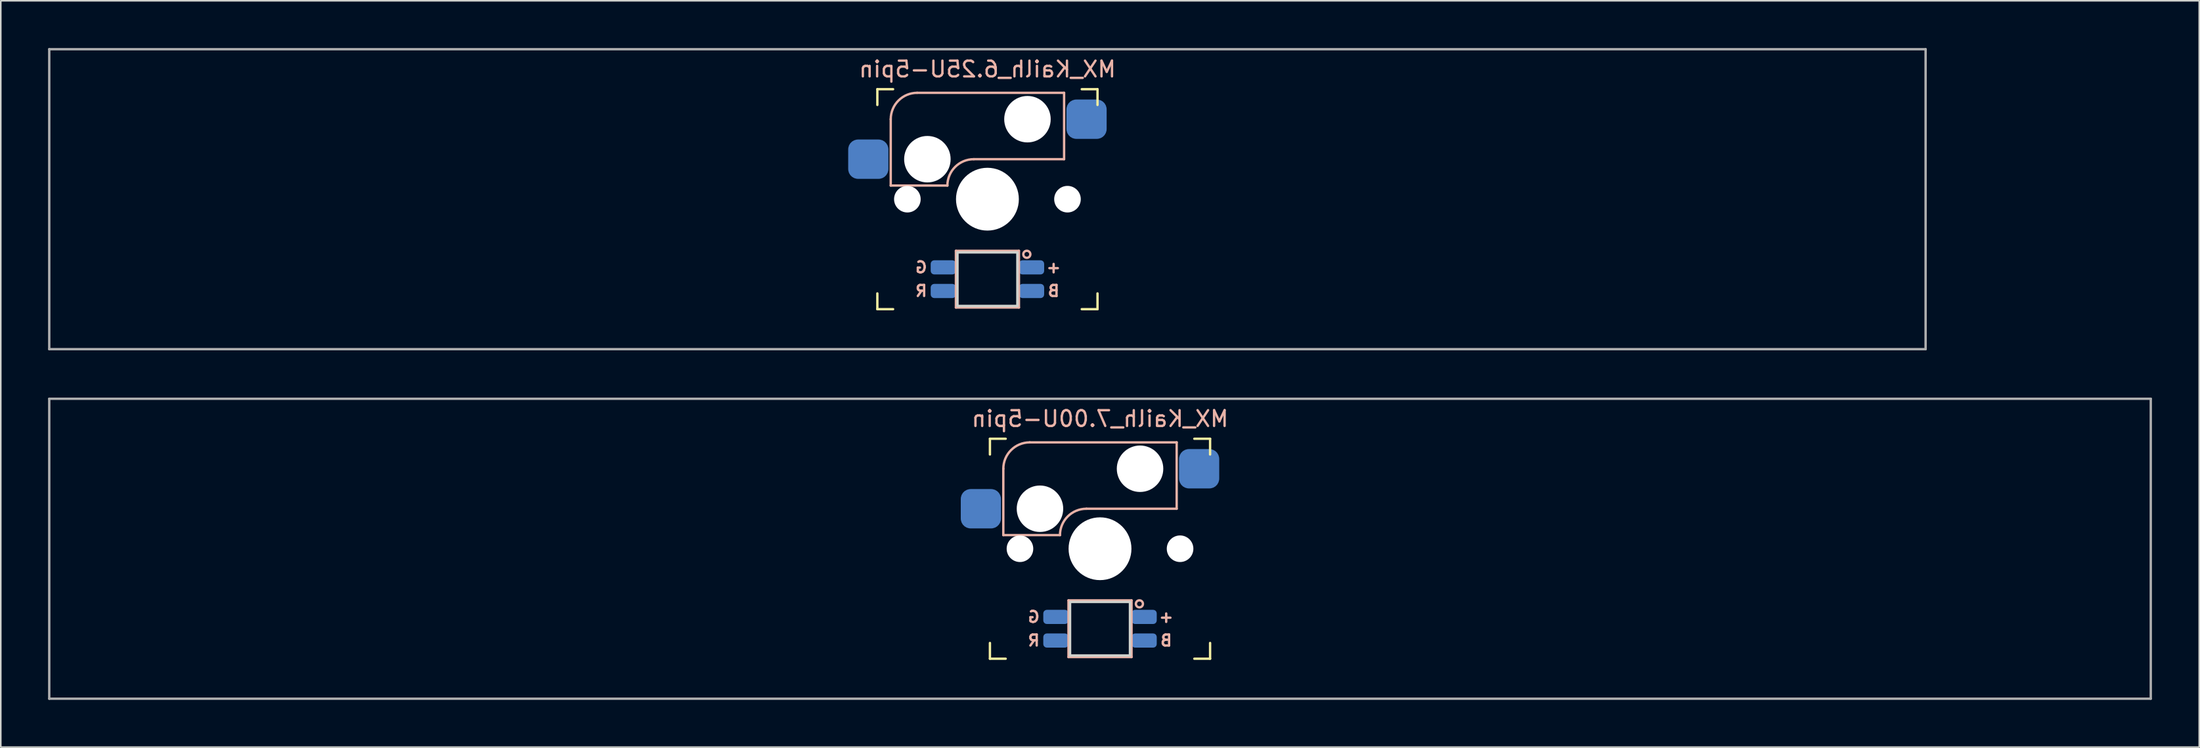
<source format=kicad_pcb>
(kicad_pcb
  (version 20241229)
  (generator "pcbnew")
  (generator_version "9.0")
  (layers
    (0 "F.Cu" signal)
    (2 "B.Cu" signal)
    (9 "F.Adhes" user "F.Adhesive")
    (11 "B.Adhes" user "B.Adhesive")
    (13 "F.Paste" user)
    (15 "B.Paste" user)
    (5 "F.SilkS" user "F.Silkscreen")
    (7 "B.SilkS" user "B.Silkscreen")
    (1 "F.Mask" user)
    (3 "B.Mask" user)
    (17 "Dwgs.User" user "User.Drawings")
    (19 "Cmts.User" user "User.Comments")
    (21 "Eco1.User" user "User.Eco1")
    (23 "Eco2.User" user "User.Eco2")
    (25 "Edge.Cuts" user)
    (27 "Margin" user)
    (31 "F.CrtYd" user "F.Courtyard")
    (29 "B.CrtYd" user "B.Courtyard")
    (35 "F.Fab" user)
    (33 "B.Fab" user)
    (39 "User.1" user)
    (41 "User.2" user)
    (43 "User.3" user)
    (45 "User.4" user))
  (footprint "MX_Kailh_7.00U-5pin"
    (layer "F.Cu")
    (at 66.75 31.8)
    (property "Reference" "MX_Kailh_7.00U-5pin" (at 0 -8.255 0) (layer "B.SilkS") (effects (font (size 1 1) (thickness 0.15)) (justify mirror)))
    (attr smd)
    (fp_line (start -6.985 -5.985) (end -6.985 -6.985) (stroke (width 0.15) (type solid)) (layer "F.SilkS"))
    (fp_line (start -6.985 6.985) (end -6.985 5.985) (stroke (width 0.15) (type solid)) (layer "F.SilkS"))
    (fp_line (start -6.985 6.985) (end -5.985 6.985) (stroke (width 0.15) (type solid)) (layer "F.SilkS"))
    (fp_line (start -5.985 -6.985) (end -6.985 -6.985) (stroke (width 0.15) (type solid)) (layer "F.SilkS"))
    (fp_line (start 5.985 6.985) (end 6.985 6.985) (stroke (width 0.15) (type solid)) (layer "F.SilkS"))
    (fp_line (start 6.985 -6.985) (end 5.985 -6.985) (stroke (width 0.15) (type solid)) (layer "F.SilkS"))
    (fp_line (start 6.985 -6.985) (end 6.985 -5.985) (stroke (width 0.15) (type solid)) (layer "F.SilkS"))
    (fp_line (start 6.985 5.985) (end 6.985 6.985) (stroke (width 0.15) (type solid)) (layer "F.SilkS"))
    (fp_line (start -6.135 -5.08) (end -6.135 -0.865) (stroke (width 0.15) (type solid)) (layer "B.SilkS"))
    (fp_line (start -6.135 -0.865) (end -2.54 -0.865) (stroke (width 0.15) (type solid)) (layer "B.SilkS"))
    (fp_line (start -4.46 -6.755) (end 4.865 -6.755) (stroke (width 0.15) (type solid)) (layer "B.SilkS"))
    (fp_line (start -2 3.28) (end -2 6.88) (stroke (width 0.15) (type solid)) (layer "B.SilkS"))
    (fp_line (start -2 6.88) (end 2 6.88) (stroke (width 0.15) (type solid)) (layer "B.SilkS"))
    (fp_line (start -0.865 -2.54) (end 4.865 -2.54) (stroke (width 0.15) (type solid)) (layer "B.SilkS"))
    (fp_line (start 2 3.28) (end -2 3.28) (stroke (width 0.15) (type solid)) (layer "B.SilkS"))
    (fp_line (start 2 6.88) (end 2 3.28) (stroke (width 0.15) (type solid)) (layer "B.SilkS"))
    (fp_line (start 4.865 -6.755) (end 4.865 -2.54) (stroke (width 0.15) (type solid)) (layer "B.SilkS"))
    (fp_arc (start -6.135 -5.08) (mid -5.644404 -6.264404) (end -4.46 -6.755) (stroke (width 0.15) (type solid)) (layer "B.SilkS"))
    (fp_arc (start -2.54 -0.865) (mid -2.049404 -2.049404) (end -0.865 -2.54) (stroke (width 0.15) (type solid)) (layer "B.SilkS"))
    (fp_circle (center 2.5 3.5) (end 2.724 3.5) (stroke (width 0.15) (type solid)) (fill no) (layer "B.SilkS"))
    (fp_line (start -6.985 6.985) (end -6.985 -6.985) (stroke (width 0.15) (type solid)) (layer "Eco2.User"))
    (fp_line (start -6.985 6.985) (end 6.985 6.985) (stroke (width 0.15) (type solid)) (layer "Eco2.User"))
    (fp_line (start 6.985 -6.985) (end -6.985 -6.985) (stroke (width 0.15) (type solid)) (layer "Eco2.User"))
    (fp_line (start 6.985 -6.985) (end 6.985 6.985) (stroke (width 0.15) (type solid)) (layer "Eco2.User"))
    (fp_line (start -1.9 3.38) (end -1.9 6.78) (stroke (width 0.15) (type solid)) (layer "Edge.Cuts"))
    (fp_line (start -1.9 3.38) (end 1.9 3.38) (stroke (width 0.15) (type solid)) (layer "Edge.Cuts"))
    (fp_line (start -1.9 6.78) (end 1.9 6.78) (stroke (width 0.15) (type solid)) (layer "Edge.Cuts"))
    (fp_line (start 1.9 3.38) (end 1.9 6.78) (stroke (width 0.15) (type solid)) (layer "Edge.Cuts"))
    (fp_line (start -66.675 -9.525) (end 66.675 -9.525) (stroke (width 0.15) (type solid)) (layer "F.Fab"))
    (fp_line (start -66.675 9.525) (end -66.675 -9.525) (stroke (width 0.15) (type solid)) (layer "F.Fab"))
    (fp_line (start 66.675 -9.525) (end 66.675 9.525) (stroke (width 0.15) (type solid)) (layer "F.Fab"))
    (fp_line (start 66.675 9.525) (end -66.675 9.525) (stroke (width 0.15) (type solid)) (layer "F.Fab"))
    (fp_text user "R" (at -4.2 5.83 0) (layer "B.SilkS") (effects (font (size 0.7 0.7) (thickness 0.15)) (justify mirror)))
    (fp_text user "B" (at 4.2 5.83 0) (layer "B.SilkS") (effects (font (size 0.7 0.7) (thickness 0.15)) (justify mirror)))
    (fp_text user "G" (at -4.2 4.33 0) (layer "B.SilkS") (effects (font (size 0.7 0.7) (thickness 0.15)) (justify mirror)))
    (fp_text user "+" (at 4.2 4.33 0) (layer "B.SilkS") (effects (font (size 0.7 0.7) (thickness 0.15)) (justify mirror)))
    (pad "" np_thru_hole circle (at -5.08 0) (size 1.688 1.688) (drill 1.688) (layers "*.Cu" "*.Mask"))
    (pad "" np_thru_hole circle (at -3.81 -2.54) (size 2.95 2.95) (drill 2.95) (layers "*.Cu" "*.Mask"))
    (pad "" np_thru_hole circle (at 0 0) (size 3.988 3.988) (drill 3.988) (layers "*.Cu" "*.Mask"))
    (pad "" np_thru_hole circle (at 2.54 -5.08) (size 2.95 2.95) (drill 2.95) (layers "*.Cu" "*.Mask"))
    (pad "" np_thru_hole circle (at 5.08 0) (size 1.688 1.688) (drill 1.688) (layers "*.Cu" "*.Mask"))
    (pad "1" smd roundrect (at 6.29 -5.08) (size 2.55 2.5) (layers "B.Cu" "B.Mask" "B.Paste") (roundrect_rratio 0.25))
    (pad "2" smd roundrect (at -7.56 -2.54) (size 2.55 2.5) (layers "B.Cu" "B.Mask" "B.Paste") (roundrect_rratio 0.25))
    (pad "3" smd roundrect (at 2.8 4.33) (size 1.6 0.9) (layers "B.Cu" "B.Mask" "B.Paste") (roundrect_rratio 0.25))
    (pad "4" smd roundrect (at -2.8 5.83) (size 1.6 0.9) (layers "B.Cu" "B.Mask" "B.Paste") (roundrect_rratio 0.25))
    (pad "5" smd roundrect (at -2.8 4.33) (size 1.6 0.9) (layers "B.Cu" "B.Mask" "B.Paste") (roundrect_rratio 0.25))
    (pad "6" smd roundrect (at 2.8 5.83) (size 1.6 0.9) (layers "B.Cu" "B.Mask" "B.Paste") (roundrect_rratio 0.25)))
  (footprint "MX_Kailh_6.25U-5pin"
    (layer "F.Cu")
    (at 59.606 9.6)
    (property "Reference" "MX_Kailh_6.25U-5pin" (at 0 -8.255 0) (layer "B.SilkS") (effects (font (size 1 1) (thickness 0.15)) (justify mirror)))
    (attr smd)
    (fp_line (start -6.985 -5.985) (end -6.985 -6.985) (stroke (width 0.15) (type solid)) (layer "F.SilkS"))
    (fp_line (start -6.985 6.985) (end -6.985 5.985) (stroke (width 0.15) (type solid)) (layer "F.SilkS"))
    (fp_line (start -6.985 6.985) (end -5.985 6.985) (stroke (width 0.15) (type solid)) (layer "F.SilkS"))
    (fp_line (start -5.985 -6.985) (end -6.985 -6.985) (stroke (width 0.15) (type solid)) (layer "F.SilkS"))
    (fp_line (start 5.985 6.985) (end 6.985 6.985) (stroke (width 0.15) (type solid)) (layer "F.SilkS"))
    (fp_line (start 6.985 -6.985) (end 5.985 -6.985) (stroke (width 0.15) (type solid)) (layer "F.SilkS"))
    (fp_line (start 6.985 -6.985) (end 6.985 -5.985) (stroke (width 0.15) (type solid)) (layer "F.SilkS"))
    (fp_line (start 6.985 5.985) (end 6.985 6.985) (stroke (width 0.15) (type solid)) (layer "F.SilkS"))
    (fp_line (start -6.135 -5.08) (end -6.135 -0.865) (stroke (width 0.15) (type solid)) (layer "B.SilkS"))
    (fp_line (start -6.135 -0.865) (end -2.54 -0.865) (stroke (width 0.15) (type solid)) (layer "B.SilkS"))
    (fp_line (start -4.46 -6.755) (end 4.865 -6.755) (stroke (width 0.15) (type solid)) (layer "B.SilkS"))
    (fp_line (start -2 3.28) (end -2 6.88) (stroke (width 0.15) (type solid)) (layer "B.SilkS"))
    (fp_line (start -2 6.88) (end 2 6.88) (stroke (width 0.15) (type solid)) (layer "B.SilkS"))
    (fp_line (start -0.865 -2.54) (end 4.865 -2.54) (stroke (width 0.15) (type solid)) (layer "B.SilkS"))
    (fp_line (start 2 3.28) (end -2 3.28) (stroke (width 0.15) (type solid)) (layer "B.SilkS"))
    (fp_line (start 2 6.88) (end 2 3.28) (stroke (width 0.15) (type solid)) (layer "B.SilkS"))
    (fp_line (start 4.865 -6.755) (end 4.865 -2.54) (stroke (width 0.15) (type solid)) (layer "B.SilkS"))
    (fp_arc (start -6.135 -5.08) (mid -5.644404 -6.264404) (end -4.46 -6.755) (stroke (width 0.15) (type solid)) (layer "B.SilkS"))
    (fp_arc (start -2.54 -0.865) (mid -2.049404 -2.049404) (end -0.865 -2.54) (stroke (width 0.15) (type solid)) (layer "B.SilkS"))
    (fp_circle (center 2.5 3.5) (end 2.724 3.5) (stroke (width 0.15) (type solid)) (fill no) (layer "B.SilkS"))
    (fp_line (start -6.985 6.985) (end -6.985 -6.985) (stroke (width 0.15) (type solid)) (layer "Eco2.User"))
    (fp_line (start -6.985 6.985) (end 6.985 6.985) (stroke (width 0.15) (type solid)) (layer "Eco2.User"))
    (fp_line (start 6.985 -6.985) (end -6.985 -6.985) (stroke (width 0.15) (type solid)) (layer "Eco2.User"))
    (fp_line (start 6.985 -6.985) (end 6.985 6.985) (stroke (width 0.15) (type solid)) (layer "Eco2.User"))
    (fp_line (start -1.9 3.38) (end -1.9 6.78) (stroke (width 0.15) (type solid)) (layer "Edge.Cuts"))
    (fp_line (start -1.9 3.38) (end 1.9 3.38) (stroke (width 0.15) (type solid)) (layer "Edge.Cuts"))
    (fp_line (start -1.9 6.78) (end 1.9 6.78) (stroke (width 0.15) (type solid)) (layer "Edge.Cuts"))
    (fp_line (start 1.9 3.38) (end 1.9 6.78) (stroke (width 0.15) (type solid)) (layer "Edge.Cuts"))
    (fp_line (start -59.531 -9.525) (end 59.531 -9.525) (stroke (width 0.15) (type solid)) (layer "F.Fab"))
    (fp_line (start -59.531 9.525) (end -59.531 -9.525) (stroke (width 0.15) (type solid)) (layer "F.Fab"))
    (fp_line (start 59.531 -9.525) (end 59.531 9.525) (stroke (width 0.15) (type solid)) (layer "F.Fab"))
    (fp_line (start 59.531 9.525) (end -59.531 9.525) (stroke (width 0.15) (type solid)) (layer "F.Fab"))
    (fp_text user "R" (at -4.2 5.83 0) (layer "B.SilkS") (effects (font (size 0.7 0.7) (thickness 0.15)) (justify mirror)))
    (fp_text user "G" (at -4.2 4.33 0) (layer "B.SilkS") (effects (font (size 0.7 0.7) (thickness 0.15)) (justify mirror)))
    (fp_text user "+" (at 4.2 4.33 0) (layer "B.SilkS") (effects (font (size 0.7 0.7) (thickness 0.15)) (justify mirror)))
    (fp_text user "B" (at 4.2 5.83 0) (layer "B.SilkS") (effects (font (size 0.7 0.7) (thickness 0.15)) (justify mirror)))
    (pad "" np_thru_hole circle (at -5.08 0) (size 1.688 1.688) (drill 1.688) (layers "*.Cu" "*.Mask"))
    (pad "" np_thru_hole circle (at -3.81 -2.54) (size 2.95 2.95) (drill 2.95) (layers "*.Cu" "*.Mask"))
    (pad "" np_thru_hole circle (at 0 0) (size 3.988 3.988) (drill 3.988) (layers "*.Cu" "*.Mask"))
    (pad "" np_thru_hole circle (at 2.54 -5.08) (size 2.95 2.95) (drill 2.95) (layers "*.Cu" "*.Mask"))
    (pad "" np_thru_hole circle (at 5.08 0) (size 1.688 1.688) (drill 1.688) (layers "*.Cu" "*.Mask"))
    (pad "1" smd roundrect (at 6.29 -5.08) (size 2.55 2.5) (layers "B.Cu" "B.Mask" "B.Paste") (roundrect_rratio 0.25))
    (pad "2" smd roundrect (at -7.56 -2.54) (size 2.55 2.5) (layers "B.Cu" "B.Mask" "B.Paste") (roundrect_rratio 0.25))
    (pad "3" smd roundrect (at 2.8 4.33) (size 1.6 0.9) (layers "B.Cu" "B.Mask" "B.Paste") (roundrect_rratio 0.25))
    (pad "4" smd roundrect (at -2.8 5.83) (size 1.6 0.9) (layers "B.Cu" "B.Mask" "B.Paste") (roundrect_rratio 0.25))
    (pad "5" smd roundrect (at -2.8 4.33) (size 1.6 0.9) (layers "B.Cu" "B.Mask" "B.Paste") (roundrect_rratio 0.25))
    (pad "6" smd roundrect (at 2.8 5.83) (size 1.6 0.9) (layers "B.Cu" "B.Mask" "B.Paste") (roundrect_rratio 0.25)))
  (gr_rect
    (start -3 -3)
    (end 136.5 44.4)
    (stroke (width 0.1) (type default))
    (fill no)
    (layer "Edge.Cuts")))
</source>
